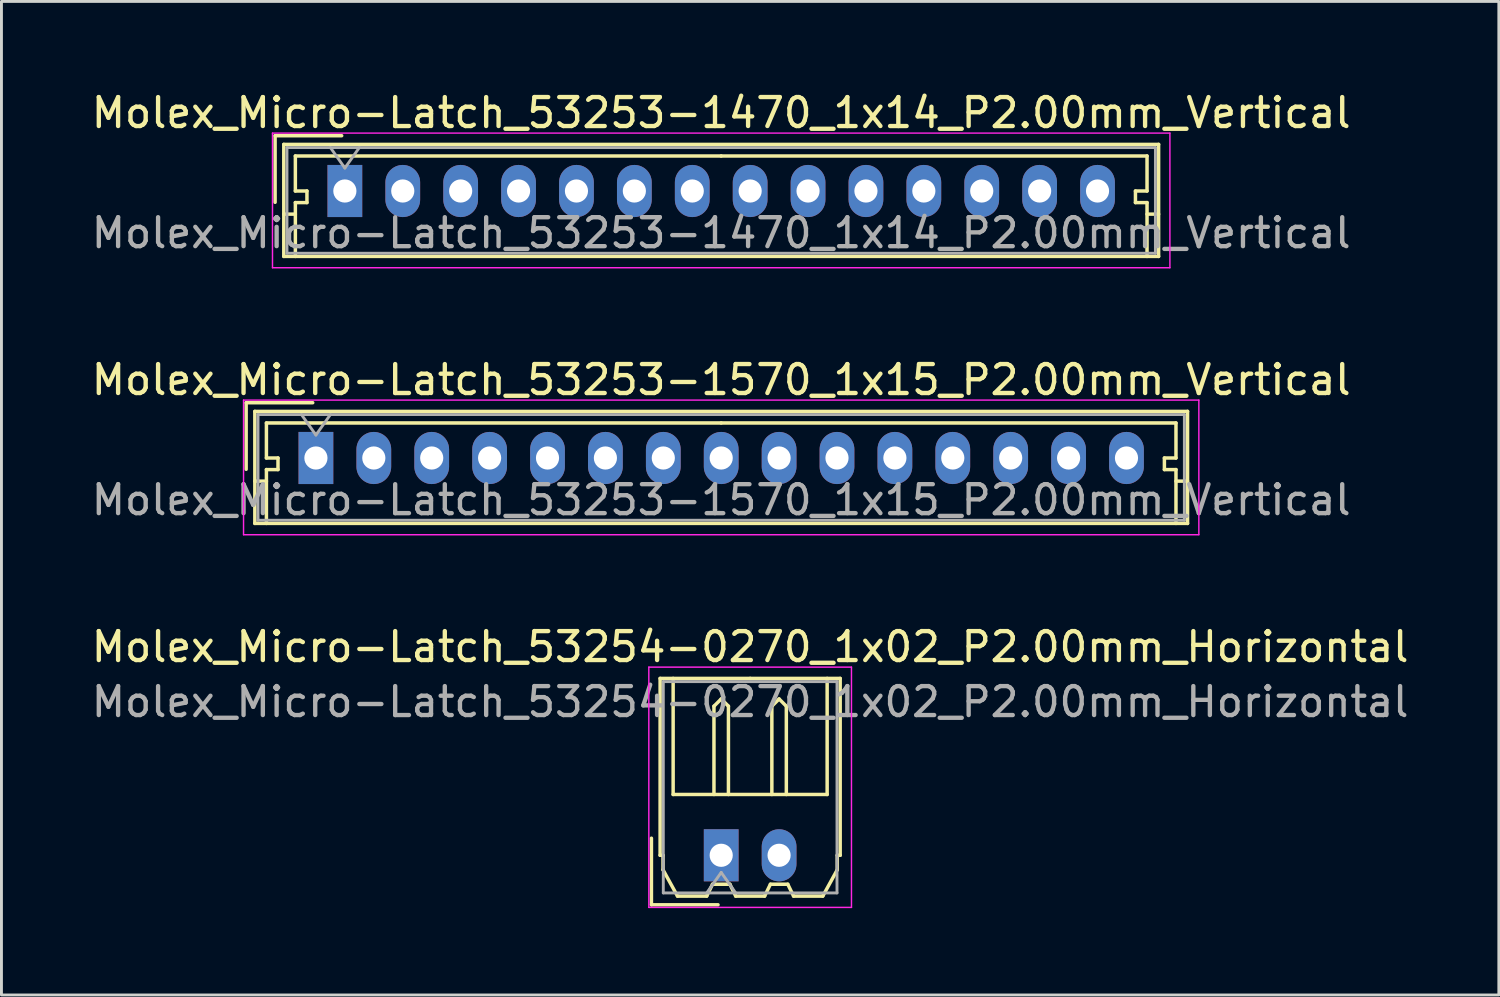
<source format=kicad_pcb>
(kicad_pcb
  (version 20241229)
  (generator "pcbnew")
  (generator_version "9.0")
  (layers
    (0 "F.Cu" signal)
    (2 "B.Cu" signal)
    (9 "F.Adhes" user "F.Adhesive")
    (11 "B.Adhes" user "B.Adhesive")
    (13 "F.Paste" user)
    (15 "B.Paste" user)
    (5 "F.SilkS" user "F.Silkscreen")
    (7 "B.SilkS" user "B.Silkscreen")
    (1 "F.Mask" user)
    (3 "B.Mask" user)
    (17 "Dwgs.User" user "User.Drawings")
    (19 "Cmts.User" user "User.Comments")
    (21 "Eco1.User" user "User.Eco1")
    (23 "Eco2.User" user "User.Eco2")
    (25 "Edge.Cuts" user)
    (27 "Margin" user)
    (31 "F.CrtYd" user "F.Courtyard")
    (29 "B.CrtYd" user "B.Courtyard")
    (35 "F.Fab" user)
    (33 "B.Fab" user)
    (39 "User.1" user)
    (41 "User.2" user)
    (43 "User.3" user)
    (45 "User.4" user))
  (footprint "Molex_Micro-Latch_53253-1570_1x15_P2.00mm_Vertical"
    (layer "F.Cu")
    (at 7.863 12.771)
    (property "Reference" "Molex_Micro-Latch_53253-1570_1x15_P2.00mm_Vertical" (at 14 -2.7 0) (layer "F.SilkS") (effects (font (size 1 1) (thickness 0.15))))
    (attr through_hole)
    (fp_line (start -2.41 -1.91) (end -2.41 0.39) (stroke (width 0.12) (type solid)) (layer "F.SilkS"))
    (fp_line (start -2.11 -1.61) (end -2.11 2.26) (stroke (width 0.12) (type solid)) (layer "F.SilkS"))
    (fp_line (start -2.11 0.8) (end -1.71 0.8) (stroke (width 0.12) (type solid)) (layer "F.SilkS"))
    (fp_line (start -2.11 2.26) (end 30.11 2.26) (stroke (width 0.12) (type solid)) (layer "F.SilkS"))
    (fp_line (start -1.71 -1.21) (end -1.71 0) (stroke (width 0.12) (type solid)) (layer "F.SilkS"))
    (fp_line (start -1.71 0) (end -1.31 0) (stroke (width 0.12) (type solid)) (layer "F.SilkS"))
    (fp_line (start -1.71 0.4) (end -1.71 2.26) (stroke (width 0.12) (type solid)) (layer "F.SilkS"))
    (fp_line (start -1.31 0) (end -1.31 0.4) (stroke (width 0.12) (type solid)) (layer "F.SilkS"))
    (fp_line (start -1.31 0.4) (end -1.71 0.4) (stroke (width 0.12) (type solid)) (layer "F.SilkS"))
    (fp_line (start -0.11 -1.91) (end -2.41 -1.91) (stroke (width 0.12) (type solid)) (layer "F.SilkS"))
    (fp_line (start 14 -1.21) (end -1.71 -1.21) (stroke (width 0.12) (type solid)) (layer "F.SilkS"))
    (fp_line (start 14 -1.21) (end 29.71 -1.21) (stroke (width 0.12) (type solid)) (layer "F.SilkS"))
    (fp_line (start 29.31 0) (end 29.31 0.4) (stroke (width 0.12) (type solid)) (layer "F.SilkS"))
    (fp_line (start 29.31 0.4) (end 29.71 0.4) (stroke (width 0.12) (type solid)) (layer "F.SilkS"))
    (fp_line (start 29.71 -1.21) (end 29.71 0) (stroke (width 0.12) (type solid)) (layer "F.SilkS"))
    (fp_line (start 29.71 0) (end 29.31 0) (stroke (width 0.12) (type solid)) (layer "F.SilkS"))
    (fp_line (start 29.71 0.4) (end 29.71 2.26) (stroke (width 0.12) (type solid)) (layer "F.SilkS"))
    (fp_line (start 30.11 -1.61) (end -2.11 -1.61) (stroke (width 0.12) (type solid)) (layer "F.SilkS"))
    (fp_line (start 30.11 0.8) (end 29.71 0.8) (stroke (width 0.12) (type solid)) (layer "F.SilkS"))
    (fp_line (start 30.11 2.26) (end 30.11 -1.61) (stroke (width 0.12) (type solid)) (layer "F.SilkS"))
    (fp_line (start -2.5 -2) (end -2.5 2.65) (stroke (width 0.05) (type solid)) (layer "F.CrtYd"))
    (fp_line (start -2.5 2.65) (end 30.5 2.65) (stroke (width 0.05) (type solid)) (layer "F.CrtYd"))
    (fp_line (start 30.5 -2) (end -2.5 -2) (stroke (width 0.05) (type solid)) (layer "F.CrtYd"))
    (fp_line (start 30.5 2.65) (end 30.5 -2) (stroke (width 0.05) (type solid)) (layer "F.CrtYd"))
    (fp_line (start -2 -1.5) (end -2 2.15) (stroke (width 0.1) (type solid)) (layer "F.Fab"))
    (fp_line (start -2 2.15) (end 30 2.15) (stroke (width 0.1) (type solid)) (layer "F.Fab"))
    (fp_line (start -0.5 -1.5) (end 0 -0.793) (stroke (width 0.1) (type solid)) (layer "F.Fab"))
    (fp_line (start 0 -0.793) (end 0.5 -1.5) (stroke (width 0.1) (type solid)) (layer "F.Fab"))
    (fp_line (start 30 -1.5) (end -2 -1.5) (stroke (width 0.1) (type solid)) (layer "F.Fab"))
    (fp_line (start 30 2.15) (end 30 -1.5) (stroke (width 0.1) (type solid)) (layer "F.Fab"))
    (fp_text user "${REFERENCE}" (at 14 1.45 0) (layer "F.Fab") (effects (font (size 1 1) (thickness 0.15))))
    (pad "1" thru_hole rect (at 0 0) (size 1.2 1.8) (drill 0.8) (layers "*.Cu" "*.Mask"))
    (pad "2" thru_hole oval (at 2 0) (size 1.2 1.8) (drill 0.8) (layers "*.Cu" "*.Mask"))
    (pad "3" thru_hole oval (at 4 0) (size 1.2 1.8) (drill 0.8) (layers "*.Cu" "*.Mask"))
    (pad "4" thru_hole oval (at 6 0) (size 1.2 1.8) (drill 0.8) (layers "*.Cu" "*.Mask"))
    (pad "5" thru_hole oval (at 8 0) (size 1.2 1.8) (drill 0.8) (layers "*.Cu" "*.Mask"))
    (pad "6" thru_hole oval (at 10 0) (size 1.2 1.8) (drill 0.8) (layers "*.Cu" "*.Mask"))
    (pad "7" thru_hole oval (at 12 0) (size 1.2 1.8) (drill 0.8) (layers "*.Cu" "*.Mask"))
    (pad "8" thru_hole oval (at 14 0) (size 1.2 1.8) (drill 0.8) (layers "*.Cu" "*.Mask"))
    (pad "9" thru_hole oval (at 16 0) (size 1.2 1.8) (drill 0.8) (layers "*.Cu" "*.Mask"))
    (pad "10" thru_hole oval (at 18 0) (size 1.2 1.8) (drill 0.8) (layers "*.Cu" "*.Mask"))
    (pad "11" thru_hole oval (at 20 0) (size 1.2 1.8) (drill 0.8) (layers "*.Cu" "*.Mask"))
    (pad "12" thru_hole oval (at 22 0) (size 1.2 1.8) (drill 0.8) (layers "*.Cu" "*.Mask"))
    (pad "13" thru_hole oval (at 24 0) (size 1.2 1.8) (drill 0.8) (layers "*.Cu" "*.Mask"))
    (pad "14" thru_hole oval (at 26 0) (size 1.2 1.8) (drill 0.8) (layers "*.Cu" "*.Mask"))
    (pad "15" thru_hole oval (at 28 0) (size 1.2 1.8) (drill 0.8) (layers "*.Cu" "*.Mask")))
  (footprint "Molex_Micro-Latch_53254-0270_1x02_P2.00mm_Horizontal"
    (layer "F.Cu")
    (at 21.863 26.495)
    (property "Reference" "Molex_Micro-Latch_53254-0270_1x02_P2.00mm_Horizontal" (at 1 -7.2 0) (layer "F.SilkS") (effects (font (size 1 1) (thickness 0.15))))
    (attr through_hole)
    (fp_line (start -2.41 1.71) (end -2.41 -0.59) (stroke (width 0.12) (type solid)) (layer "F.SilkS"))
    (fp_line (start -2.11 -6.11) (end 1 -6.11) (stroke (width 0.12) (type solid)) (layer "F.SilkS"))
    (fp_line (start -2.11 0) (end -2.11 -6.11) (stroke (width 0.12) (type solid)) (layer "F.SilkS"))
    (fp_line (start -2.01 0) (end -2.11 0) (stroke (width 0.12) (type solid)) (layer "F.SilkS"))
    (fp_line (start -2.01 0.5) (end -2.01 0) (stroke (width 0.12) (type solid)) (layer "F.SilkS"))
    (fp_line (start -1.66 -6.11) (end -1.66 -2.1) (stroke (width 0.12) (type solid)) (layer "F.SilkS"))
    (fp_line (start -1.66 -2.1) (end 3.66 -2.1) (stroke (width 0.12) (type solid)) (layer "F.SilkS"))
    (fp_line (start -1.51 1.41) (end -2.01 0.5) (stroke (width 0.12) (type solid)) (layer "F.SilkS"))
    (fp_line (start -0.5 1.41) (end -1.51 1.41) (stroke (width 0.12) (type solid)) (layer "F.SilkS"))
    (fp_line (start -0.3 1) (end -0.5 1.41) (stroke (width 0.12) (type solid)) (layer "F.SilkS"))
    (fp_line (start -0.3 1) (end 0.3 1) (stroke (width 0.12) (type solid)) (layer "F.SilkS"))
    (fp_line (start -0.25 -5.15) (end 0 -5.4) (stroke (width 0.12) (type solid)) (layer "F.SilkS"))
    (fp_line (start -0.25 -2.1) (end -0.25 -5.15) (stroke (width 0.12) (type solid)) (layer "F.SilkS"))
    (fp_line (start -0.11 1.71) (end -2.41 1.71) (stroke (width 0.12) (type solid)) (layer "F.SilkS"))
    (fp_line (start 0 -5.4) (end 0.25 -5.15) (stroke (width 0.12) (type solid)) (layer "F.SilkS"))
    (fp_line (start 0.25 -5.15) (end 0.25 -2.1) (stroke (width 0.12) (type solid)) (layer "F.SilkS"))
    (fp_line (start 0.3 1) (end 0.5 1.41) (stroke (width 0.12) (type solid)) (layer "F.SilkS"))
    (fp_line (start 0.5 1.41) (end 1.5 1.41) (stroke (width 0.12) (type solid)) (layer "F.SilkS"))
    (fp_line (start 1.5 1.41) (end 1.7 1) (stroke (width 0.12) (type solid)) (layer "F.SilkS"))
    (fp_line (start 1.7 1) (end 2.3 1) (stroke (width 0.12) (type solid)) (layer "F.SilkS"))
    (fp_line (start 1.75 -5.15) (end 2 -5.4) (stroke (width 0.12) (type solid)) (layer "F.SilkS"))
    (fp_line (start 1.75 -2.1) (end 1.75 -5.15) (stroke (width 0.12) (type solid)) (layer "F.SilkS"))
    (fp_line (start 2 -5.4) (end 2.25 -5.15) (stroke (width 0.12) (type solid)) (layer "F.SilkS"))
    (fp_line (start 2.25 -5.15) (end 2.25 -2.1) (stroke (width 0.12) (type solid)) (layer "F.SilkS"))
    (fp_line (start 2.3 1) (end 2.5 1.41) (stroke (width 0.12) (type solid)) (layer "F.SilkS"))
    (fp_line (start 2.5 1.41) (end 3.51 1.41) (stroke (width 0.12) (type solid)) (layer "F.SilkS"))
    (fp_line (start 3.51 1.41) (end 4.01 0.5) (stroke (width 0.12) (type solid)) (layer "F.SilkS"))
    (fp_line (start 3.66 -2.1) (end 3.66 -6.11) (stroke (width 0.12) (type solid)) (layer "F.SilkS"))
    (fp_line (start 4.01 0) (end 4.11 0) (stroke (width 0.12) (type solid)) (layer "F.SilkS"))
    (fp_line (start 4.01 0.5) (end 4.01 0) (stroke (width 0.12) (type solid)) (layer "F.SilkS"))
    (fp_line (start 4.11 -6.11) (end 1 -6.11) (stroke (width 0.12) (type solid)) (layer "F.SilkS"))
    (fp_line (start 4.11 0) (end 4.11 -6.11) (stroke (width 0.12) (type solid)) (layer "F.SilkS"))
    (fp_line (start -2.5 -6.5) (end -2.5 1.8) (stroke (width 0.05) (type solid)) (layer "F.CrtYd"))
    (fp_line (start -2.5 1.8) (end 4.5 1.8) (stroke (width 0.05) (type solid)) (layer "F.CrtYd"))
    (fp_line (start 4.5 -6.5) (end -2.5 -6.5) (stroke (width 0.05) (type solid)) (layer "F.CrtYd"))
    (fp_line (start 4.5 1.8) (end 4.5 -6.5) (stroke (width 0.05) (type solid)) (layer "F.CrtYd"))
    (fp_line (start -2 -6) (end -2 1.3) (stroke (width 0.1) (type solid)) (layer "F.Fab"))
    (fp_line (start -2 1.3) (end 4 1.3) (stroke (width 0.1) (type solid)) (layer "F.Fab"))
    (fp_line (start -0.5 1.3) (end 0 0.593) (stroke (width 0.1) (type solid)) (layer "F.Fab"))
    (fp_line (start 0 0.593) (end 0.5 1.3) (stroke (width 0.1) (type solid)) (layer "F.Fab"))
    (fp_line (start 4 -6) (end -2 -6) (stroke (width 0.1) (type solid)) (layer "F.Fab"))
    (fp_line (start 4 1.3) (end 4 -6) (stroke (width 0.1) (type solid)) (layer "F.Fab"))
    (fp_text user "${REFERENCE}" (at 1 -5.3 0) (layer "F.Fab") (effects (font (size 1 1) (thickness 0.15))))
    (pad "1" thru_hole rect (at 0 0) (size 1.2 1.8) (drill 0.8) (layers "*.Cu" "*.Mask"))
    (pad "2" thru_hole oval (at 2 0) (size 1.2 1.8) (drill 0.8) (layers "*.Cu" "*.Mask")))
  (footprint "Molex_Micro-Latch_53253-1470_1x14_P2.00mm_Vertical"
    (layer "F.Cu")
    (at 8.863 3.548)
    (property "Reference" "Molex_Micro-Latch_53253-1470_1x14_P2.00mm_Vertical" (at 13 -2.7 0) (layer "F.SilkS") (effects (font (size 1 1) (thickness 0.15))))
    (attr through_hole)
    (fp_line (start -2.41 -1.91) (end -2.41 0.39) (stroke (width 0.12) (type solid)) (layer "F.SilkS"))
    (fp_line (start -2.11 -1.61) (end -2.11 2.26) (stroke (width 0.12) (type solid)) (layer "F.SilkS"))
    (fp_line (start -2.11 0.8) (end -1.71 0.8) (stroke (width 0.12) (type solid)) (layer "F.SilkS"))
    (fp_line (start -2.11 2.26) (end 28.11 2.26) (stroke (width 0.12) (type solid)) (layer "F.SilkS"))
    (fp_line (start -1.71 -1.21) (end -1.71 0) (stroke (width 0.12) (type solid)) (layer "F.SilkS"))
    (fp_line (start -1.71 0) (end -1.31 0) (stroke (width 0.12) (type solid)) (layer "F.SilkS"))
    (fp_line (start -1.71 0.4) (end -1.71 2.26) (stroke (width 0.12) (type solid)) (layer "F.SilkS"))
    (fp_line (start -1.31 0) (end -1.31 0.4) (stroke (width 0.12) (type solid)) (layer "F.SilkS"))
    (fp_line (start -1.31 0.4) (end -1.71 0.4) (stroke (width 0.12) (type solid)) (layer "F.SilkS"))
    (fp_line (start -0.11 -1.91) (end -2.41 -1.91) (stroke (width 0.12) (type solid)) (layer "F.SilkS"))
    (fp_line (start 13 -1.21) (end -1.71 -1.21) (stroke (width 0.12) (type solid)) (layer "F.SilkS"))
    (fp_line (start 13 -1.21) (end 27.71 -1.21) (stroke (width 0.12) (type solid)) (layer "F.SilkS"))
    (fp_line (start 27.31 0) (end 27.31 0.4) (stroke (width 0.12) (type solid)) (layer "F.SilkS"))
    (fp_line (start 27.31 0.4) (end 27.71 0.4) (stroke (width 0.12) (type solid)) (layer "F.SilkS"))
    (fp_line (start 27.71 -1.21) (end 27.71 0) (stroke (width 0.12) (type solid)) (layer "F.SilkS"))
    (fp_line (start 27.71 0) (end 27.31 0) (stroke (width 0.12) (type solid)) (layer "F.SilkS"))
    (fp_line (start 27.71 0.4) (end 27.71 2.26) (stroke (width 0.12) (type solid)) (layer "F.SilkS"))
    (fp_line (start 28.11 -1.61) (end -2.11 -1.61) (stroke (width 0.12) (type solid)) (layer "F.SilkS"))
    (fp_line (start 28.11 0.8) (end 27.71 0.8) (stroke (width 0.12) (type solid)) (layer "F.SilkS"))
    (fp_line (start 28.11 2.26) (end 28.11 -1.61) (stroke (width 0.12) (type solid)) (layer "F.SilkS"))
    (fp_line (start -2.5 -2) (end -2.5 2.65) (stroke (width 0.05) (type solid)) (layer "F.CrtYd"))
    (fp_line (start -2.5 2.65) (end 28.5 2.65) (stroke (width 0.05) (type solid)) (layer "F.CrtYd"))
    (fp_line (start 28.5 -2) (end -2.5 -2) (stroke (width 0.05) (type solid)) (layer "F.CrtYd"))
    (fp_line (start 28.5 2.65) (end 28.5 -2) (stroke (width 0.05) (type solid)) (layer "F.CrtYd"))
    (fp_line (start -2 -1.5) (end -2 2.15) (stroke (width 0.1) (type solid)) (layer "F.Fab"))
    (fp_line (start -2 2.15) (end 28 2.15) (stroke (width 0.1) (type solid)) (layer "F.Fab"))
    (fp_line (start -0.5 -1.5) (end 0 -0.793) (stroke (width 0.1) (type solid)) (layer "F.Fab"))
    (fp_line (start 0 -0.793) (end 0.5 -1.5) (stroke (width 0.1) (type solid)) (layer "F.Fab"))
    (fp_line (start 28 -1.5) (end -2 -1.5) (stroke (width 0.1) (type solid)) (layer "F.Fab"))
    (fp_line (start 28 2.15) (end 28 -1.5) (stroke (width 0.1) (type solid)) (layer "F.Fab"))
    (fp_text user "${REFERENCE}" (at 13 1.45 0) (layer "F.Fab") (effects (font (size 1 1) (thickness 0.15))))
    (pad "1" thru_hole rect (at 0 0) (size 1.2 1.8) (drill 0.8) (layers "*.Cu" "*.Mask"))
    (pad "2" thru_hole oval (at 2 0) (size 1.2 1.8) (drill 0.8) (layers "*.Cu" "*.Mask"))
    (pad "3" thru_hole oval (at 4 0) (size 1.2 1.8) (drill 0.8) (layers "*.Cu" "*.Mask"))
    (pad "4" thru_hole oval (at 6 0) (size 1.2 1.8) (drill 0.8) (layers "*.Cu" "*.Mask"))
    (pad "5" thru_hole oval (at 8 0) (size 1.2 1.8) (drill 0.8) (layers "*.Cu" "*.Mask"))
    (pad "6" thru_hole oval (at 10 0) (size 1.2 1.8) (drill 0.8) (layers "*.Cu" "*.Mask"))
    (pad "7" thru_hole oval (at 12 0) (size 1.2 1.8) (drill 0.8) (layers "*.Cu" "*.Mask"))
    (pad "8" thru_hole oval (at 14 0) (size 1.2 1.8) (drill 0.8) (layers "*.Cu" "*.Mask"))
    (pad "9" thru_hole oval (at 16 0) (size 1.2 1.8) (drill 0.8) (layers "*.Cu" "*.Mask"))
    (pad "10" thru_hole oval (at 18 0) (size 1.2 1.8) (drill 0.8) (layers "*.Cu" "*.Mask"))
    (pad "11" thru_hole oval (at 20 0) (size 1.2 1.8) (drill 0.8) (layers "*.Cu" "*.Mask"))
    (pad "12" thru_hole oval (at 22 0) (size 1.2 1.8) (drill 0.8) (layers "*.Cu" "*.Mask"))
    (pad "13" thru_hole oval (at 24 0) (size 1.2 1.8) (drill 0.8) (layers "*.Cu" "*.Mask"))
    (pad "14" thru_hole oval (at 26 0) (size 1.2 1.8) (drill 0.8) (layers "*.Cu" "*.Mask")))
  (gr_rect
    (start -3 -3)
    (end 48.726 31.32)
    (stroke (width 0.1) (type default))
    (fill no)
    (layer "Edge.Cuts")))
</source>
